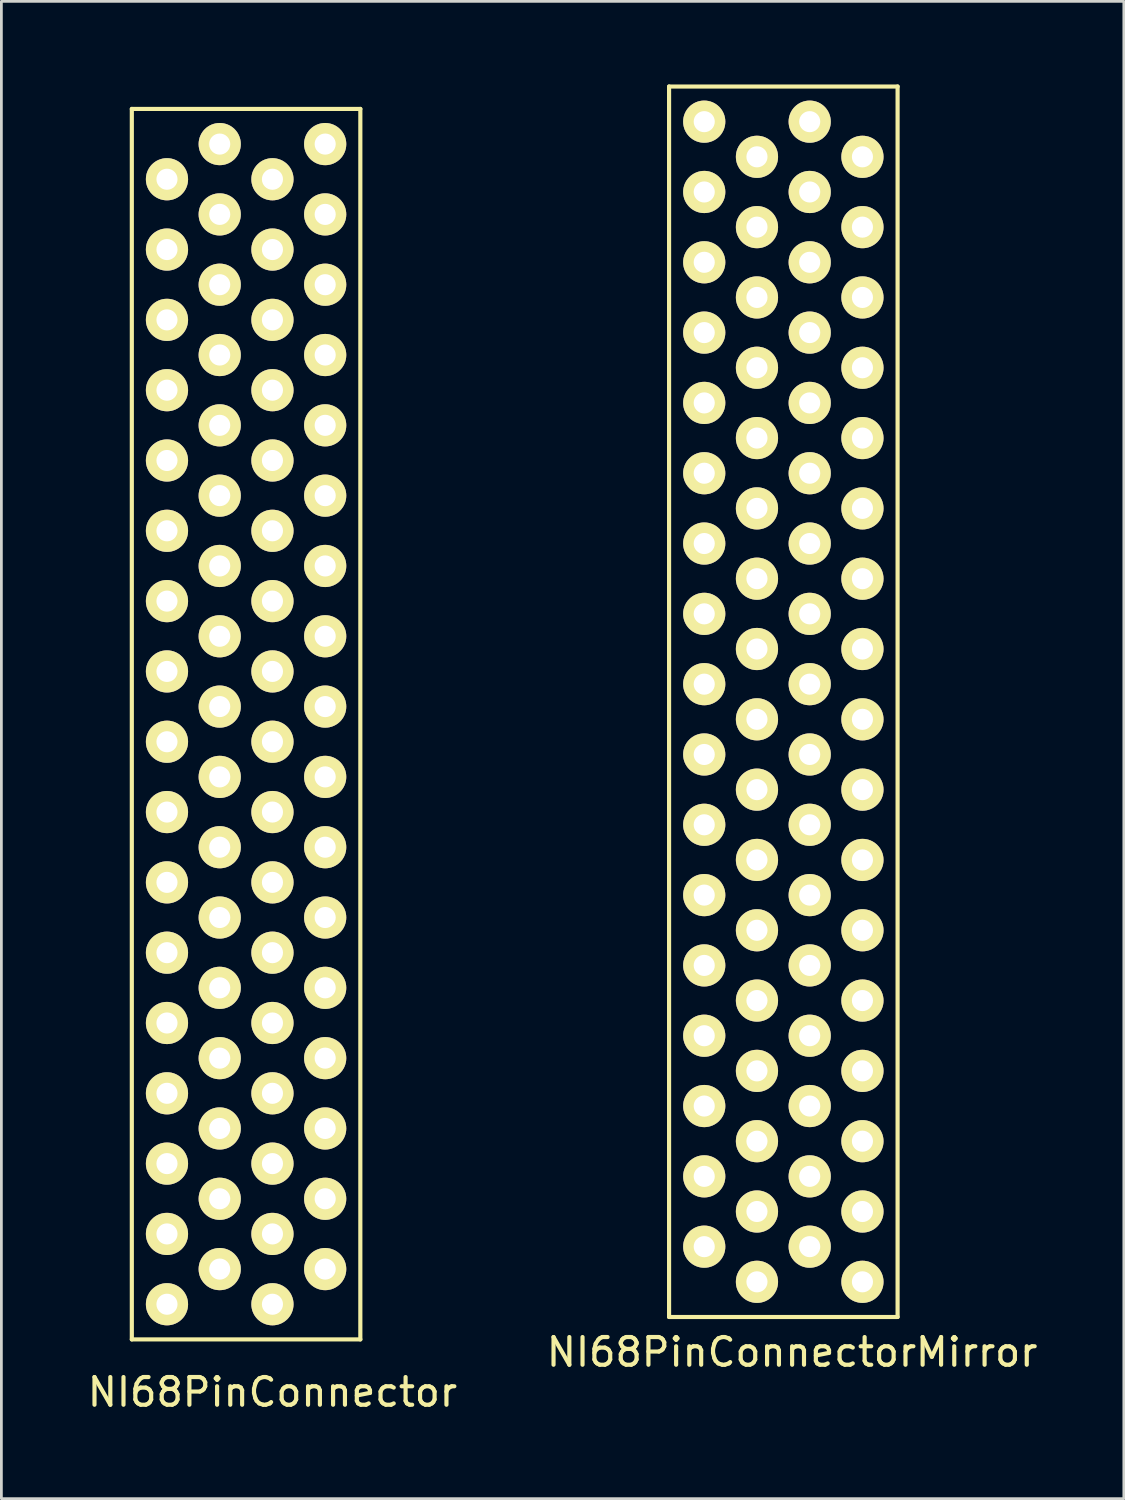
<source format=kicad_pcb>
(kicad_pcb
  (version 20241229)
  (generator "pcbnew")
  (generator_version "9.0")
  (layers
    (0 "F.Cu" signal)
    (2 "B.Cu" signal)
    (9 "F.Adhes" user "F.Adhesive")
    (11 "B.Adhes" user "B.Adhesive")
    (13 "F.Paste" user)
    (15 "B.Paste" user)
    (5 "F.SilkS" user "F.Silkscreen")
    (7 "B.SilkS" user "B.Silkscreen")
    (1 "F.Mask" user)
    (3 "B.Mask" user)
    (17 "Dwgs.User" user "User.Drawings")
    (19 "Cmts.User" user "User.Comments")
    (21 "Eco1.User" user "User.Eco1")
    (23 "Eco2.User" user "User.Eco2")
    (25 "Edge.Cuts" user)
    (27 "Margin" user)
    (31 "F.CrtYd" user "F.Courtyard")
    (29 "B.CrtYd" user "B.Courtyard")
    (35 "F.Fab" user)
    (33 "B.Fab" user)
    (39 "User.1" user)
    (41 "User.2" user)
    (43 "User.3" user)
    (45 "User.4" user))
  (footprint "NI68PinConnectorMirror"
    (layer "F.Cu")
    (at 22.39 0.71)
    (property "Reference" "NI68PinConnectorMirror" (at 3.175 45.085 0) (layer "F.SilkS") (effects (font (size 1 1) (thickness 0.15))))
    (attr through_hole)
    (fp_line (start -1.27 -0.635) (end 6.985 -0.635) (stroke (width 0.15) (type solid)) (layer "F.SilkS"))
    (fp_line (start -1.27 43.815) (end -1.27 -0.635) (stroke (width 0.15) (type solid)) (layer "F.SilkS"))
    (fp_line (start 6.985 -0.635) (end 6.985 43.815) (stroke (width 0.15) (type solid)) (layer "F.SilkS"))
    (fp_line (start 6.985 43.815) (end -1.27 43.815) (stroke (width 0.15) (type solid)) (layer "F.SilkS"))
    (pad "1" thru_hole circle (at 0 0.635) (size 1.524 1.524) (drill 0.762) (layers "*.Cu" "*.Mask" "F.SilkS"))
    (pad "2" thru_hole circle (at 1.905 1.905) (size 1.524 1.524) (drill 0.762) (layers "*.Cu" "*.Mask" "F.SilkS"))
    (pad "3" thru_hole circle (at 0 3.175) (size 1.524 1.524) (drill 0.762) (layers "*.Cu" "*.Mask" "F.SilkS"))
    (pad "4" thru_hole circle (at 1.905 4.445) (size 1.524 1.524) (drill 0.762) (layers "*.Cu" "*.Mask" "F.SilkS"))
    (pad "5" thru_hole circle (at 0 5.715) (size 1.524 1.524) (drill 0.762) (layers "*.Cu" "*.Mask" "F.SilkS"))
    (pad "6" thru_hole circle (at 1.905 6.985) (size 1.524 1.524) (drill 0.762) (layers "*.Cu" "*.Mask" "F.SilkS"))
    (pad "7" thru_hole circle (at 0 8.255) (size 1.524 1.524) (drill 0.762) (layers "*.Cu" "*.Mask" "F.SilkS"))
    (pad "8" thru_hole circle (at 1.905 9.525) (size 1.524 1.524) (drill 0.762) (layers "*.Cu" "*.Mask" "F.SilkS"))
    (pad "9" thru_hole circle (at 0 10.795) (size 1.524 1.524) (drill 0.762) (layers "*.Cu" "*.Mask" "F.SilkS"))
    (pad "10" thru_hole circle (at 1.905 12.065) (size 1.524 1.524) (drill 0.762) (layers "*.Cu" "*.Mask" "F.SilkS"))
    (pad "11" thru_hole circle (at 0 13.335) (size 1.524 1.524) (drill 0.762) (layers "*.Cu" "*.Mask" "F.SilkS"))
    (pad "12" thru_hole circle (at 1.905 14.605) (size 1.524 1.524) (drill 0.762) (layers "*.Cu" "*.Mask" "F.SilkS"))
    (pad "13" thru_hole circle (at 0 15.875) (size 1.524 1.524) (drill 0.762) (layers "*.Cu" "*.Mask" "F.SilkS"))
    (pad "14" thru_hole circle (at 1.905 17.145) (size 1.524 1.524) (drill 0.762) (layers "*.Cu" "*.Mask" "F.SilkS"))
    (pad "15" thru_hole circle (at 0 18.415) (size 1.524 1.524) (drill 0.762) (layers "*.Cu" "*.Mask" "F.SilkS"))
    (pad "16" thru_hole circle (at 1.905 19.685) (size 1.524 1.524) (drill 0.762) (layers "*.Cu" "*.Mask" "F.SilkS"))
    (pad "17" thru_hole circle (at 0 20.955) (size 1.524 1.524) (drill 0.762) (layers "*.Cu" "*.Mask" "F.SilkS"))
    (pad "18" thru_hole circle (at 1.905 22.225) (size 1.524 1.524) (drill 0.762) (layers "*.Cu" "*.Mask" "F.SilkS"))
    (pad "19" thru_hole circle (at 0 23.495) (size 1.524 1.524) (drill 0.762) (layers "*.Cu" "*.Mask" "F.SilkS"))
    (pad "20" thru_hole circle (at 1.905 24.765) (size 1.524 1.524) (drill 0.762) (layers "*.Cu" "*.Mask" "F.SilkS"))
    (pad "21" thru_hole circle (at 0 26.035) (size 1.524 1.524) (drill 0.762) (layers "*.Cu" "*.Mask" "F.SilkS"))
    (pad "22" thru_hole circle (at 1.905 27.305) (size 1.524 1.524) (drill 0.762) (layers "*.Cu" "*.Mask" "F.SilkS"))
    (pad "23" thru_hole circle (at 0 28.575) (size 1.524 1.524) (drill 0.762) (layers "*.Cu" "*.Mask" "F.SilkS"))
    (pad "24" thru_hole circle (at 1.905 29.845) (size 1.524 1.524) (drill 0.762) (layers "*.Cu" "*.Mask" "F.SilkS"))
    (pad "25" thru_hole circle (at 0 31.115) (size 1.524 1.524) (drill 0.762) (layers "*.Cu" "*.Mask" "F.SilkS"))
    (pad "26" thru_hole circle (at 1.905 32.385) (size 1.524 1.524) (drill 0.762) (layers "*.Cu" "*.Mask" "F.SilkS"))
    (pad "27" thru_hole circle (at 0 33.655) (size 1.524 1.524) (drill 0.762) (layers "*.Cu" "*.Mask" "F.SilkS"))
    (pad "28" thru_hole circle (at 1.905 34.925) (size 1.524 1.524) (drill 0.762) (layers "*.Cu" "*.Mask" "F.SilkS"))
    (pad "29" thru_hole circle (at 0 36.195) (size 1.524 1.524) (drill 0.762) (layers "*.Cu" "*.Mask" "F.SilkS"))
    (pad "30" thru_hole circle (at 1.905 37.465) (size 1.524 1.524) (drill 0.762) (layers "*.Cu" "*.Mask" "F.SilkS"))
    (pad "31" thru_hole circle (at 0 38.735) (size 1.524 1.524) (drill 0.762) (layers "*.Cu" "*.Mask" "F.SilkS"))
    (pad "32" thru_hole circle (at 1.905 40.005) (size 1.524 1.524) (drill 0.762) (layers "*.Cu" "*.Mask" "F.SilkS"))
    (pad "33" thru_hole circle (at 0 41.275) (size 1.524 1.524) (drill 0.762) (layers "*.Cu" "*.Mask" "F.SilkS"))
    (pad "34" thru_hole circle (at 1.905 42.545) (size 1.524 1.524) (drill 0.762) (layers "*.Cu" "*.Mask" "F.SilkS"))
    (pad "35" thru_hole circle (at 3.81 0.635) (size 1.524 1.524) (drill 0.762) (layers "*.Cu" "*.Mask" "F.SilkS"))
    (pad "36" thru_hole circle (at 5.715 1.905) (size 1.524 1.524) (drill 0.762) (layers "*.Cu" "*.Mask" "F.SilkS"))
    (pad "37" thru_hole circle (at 3.81 3.175) (size 1.524 1.524) (drill 0.762) (layers "*.Cu" "*.Mask" "F.SilkS"))
    (pad "38" thru_hole circle (at 5.715 4.445) (size 1.524 1.524) (drill 0.762) (layers "*.Cu" "*.Mask" "F.SilkS"))
    (pad "39" thru_hole circle (at 3.81 5.715) (size 1.524 1.524) (drill 0.762) (layers "*.Cu" "*.Mask" "F.SilkS"))
    (pad "40" thru_hole circle (at 5.715 6.985) (size 1.524 1.524) (drill 0.762) (layers "*.Cu" "*.Mask" "F.SilkS"))
    (pad "41" thru_hole circle (at 3.81 8.255) (size 1.524 1.524) (drill 0.762) (layers "*.Cu" "*.Mask" "F.SilkS"))
    (pad "42" thru_hole circle (at 5.715 9.525) (size 1.524 1.524) (drill 0.762) (layers "*.Cu" "*.Mask" "F.SilkS"))
    (pad "43" thru_hole circle (at 3.81 10.795) (size 1.524 1.524) (drill 0.762) (layers "*.Cu" "*.Mask" "F.SilkS"))
    (pad "44" thru_hole circle (at 5.715 12.065) (size 1.524 1.524) (drill 0.762) (layers "*.Cu" "*.Mask" "F.SilkS"))
    (pad "45" thru_hole circle (at 3.81 13.335) (size 1.524 1.524) (drill 0.762) (layers "*.Cu" "*.Mask" "F.SilkS"))
    (pad "46" thru_hole circle (at 5.715 14.605) (size 1.524 1.524) (drill 0.762) (layers "*.Cu" "*.Mask" "F.SilkS"))
    (pad "47" thru_hole circle (at 3.81 15.875) (size 1.524 1.524) (drill 0.762) (layers "*.Cu" "*.Mask" "F.SilkS"))
    (pad "48" thru_hole circle (at 5.715 17.145) (size 1.524 1.524) (drill 0.762) (layers "*.Cu" "*.Mask" "F.SilkS"))
    (pad "49" thru_hole circle (at 3.81 18.415) (size 1.524 1.524) (drill 0.762) (layers "*.Cu" "*.Mask" "F.SilkS"))
    (pad "50" thru_hole circle (at 5.715 19.685) (size 1.524 1.524) (drill 0.762) (layers "*.Cu" "*.Mask" "F.SilkS"))
    (pad "51" thru_hole circle (at 3.81 20.955) (size 1.524 1.524) (drill 0.762) (layers "*.Cu" "*.Mask" "F.SilkS"))
    (pad "52" thru_hole circle (at 5.715 22.225) (size 1.524 1.524) (drill 0.762) (layers "*.Cu" "*.Mask" "F.SilkS"))
    (pad "53" thru_hole circle (at 3.81 23.495) (size 1.524 1.524) (drill 0.762) (layers "*.Cu" "*.Mask" "F.SilkS"))
    (pad "54" thru_hole circle (at 5.715 24.765) (size 1.524 1.524) (drill 0.762) (layers "*.Cu" "*.Mask" "F.SilkS"))
    (pad "55" thru_hole circle (at 3.81 26.035) (size 1.524 1.524) (drill 0.762) (layers "*.Cu" "*.Mask" "F.SilkS"))
    (pad "56" thru_hole circle (at 5.715 27.305) (size 1.524 1.524) (drill 0.762) (layers "*.Cu" "*.Mask" "F.SilkS"))
    (pad "57" thru_hole circle (at 3.81 28.575) (size 1.524 1.524) (drill 0.762) (layers "*.Cu" "*.Mask" "F.SilkS"))
    (pad "58" thru_hole circle (at 5.715 29.845) (size 1.524 1.524) (drill 0.762) (layers "*.Cu" "*.Mask" "F.SilkS"))
    (pad "59" thru_hole circle (at 3.81 31.115) (size 1.524 1.524) (drill 0.762) (layers "*.Cu" "*.Mask" "F.SilkS"))
    (pad "60" thru_hole circle (at 5.715 32.385) (size 1.524 1.524) (drill 0.762) (layers "*.Cu" "*.Mask" "F.SilkS"))
    (pad "61" thru_hole circle (at 3.81 33.655) (size 1.524 1.524) (drill 0.762) (layers "*.Cu" "*.Mask" "F.SilkS"))
    (pad "62" thru_hole circle (at 5.715 34.925) (size 1.524 1.524) (drill 0.762) (layers "*.Cu" "*.Mask" "F.SilkS"))
    (pad "63" thru_hole circle (at 3.81 36.195) (size 1.524 1.524) (drill 0.762) (layers "*.Cu" "*.Mask" "F.SilkS"))
    (pad "64" thru_hole circle (at 5.715 37.465) (size 1.524 1.524) (drill 0.762) (layers "*.Cu" "*.Mask" "F.SilkS"))
    (pad "65" thru_hole circle (at 3.81 38.735) (size 1.524 1.524) (drill 0.762) (layers "*.Cu" "*.Mask" "F.SilkS"))
    (pad "66" thru_hole circle (at 5.715 40.005) (size 1.524 1.524) (drill 0.762) (layers "*.Cu" "*.Mask" "F.SilkS"))
    (pad "67" thru_hole circle (at 3.81 41.275) (size 1.524 1.524) (drill 0.762) (layers "*.Cu" "*.Mask" "F.SilkS"))
    (pad "68" thru_hole circle (at 5.715 42.545) (size 1.524 1.524) (drill 0.762) (layers "*.Cu" "*.Mask" "F.SilkS")))
  (footprint "NI68PinConnector"
    (layer "F.Cu")
    (at 6.792 0.25)
    (property "Reference" "NI68PinConnector" (at 0 46.99 0) (layer "F.SilkS") (effects (font (size 1 1) (thickness 0.15))))
    (attr through_hole)
    (fp_line (start -5.08 0.635) (end 3.175 0.635) (stroke (width 0.15) (type solid)) (layer "F.SilkS"))
    (fp_line (start -5.08 45.085) (end -5.08 0.635) (stroke (width 0.15) (type solid)) (layer "F.SilkS"))
    (fp_line (start 3.175 0.635) (end 3.175 45.085) (stroke (width 0.15) (type solid)) (layer "F.SilkS"))
    (fp_line (start 3.175 45.085) (end -5.08 45.085) (stroke (width 0.15) (type solid)) (layer "F.SilkS"))
    (pad "1" thru_hole circle (at 1.905 1.905) (size 1.524 1.524) (drill 0.762) (layers "*.Cu" "*.Mask" "F.SilkS"))
    (pad "2" thru_hole circle (at 0 3.175) (size 1.524 1.524) (drill 0.762) (layers "*.Cu" "*.Mask" "F.SilkS"))
    (pad "3" thru_hole circle (at 1.905 4.445) (size 1.524 1.524) (drill 0.762) (layers "*.Cu" "*.Mask" "F.SilkS"))
    (pad "4" thru_hole circle (at 0 5.715) (size 1.524 1.524) (drill 0.762) (layers "*.Cu" "*.Mask" "F.SilkS"))
    (pad "5" thru_hole circle (at 1.905 6.985) (size 1.524 1.524) (drill 0.762) (layers "*.Cu" "*.Mask" "F.SilkS"))
    (pad "6" thru_hole circle (at 0 8.255) (size 1.524 1.524) (drill 0.762) (layers "*.Cu" "*.Mask" "F.SilkS"))
    (pad "7" thru_hole circle (at 1.905 9.525) (size 1.524 1.524) (drill 0.762) (layers "*.Cu" "*.Mask" "F.SilkS"))
    (pad "8" thru_hole circle (at 0 10.795) (size 1.524 1.524) (drill 0.762) (layers "*.Cu" "*.Mask" "F.SilkS"))
    (pad "9" thru_hole circle (at 1.905 12.065) (size 1.524 1.524) (drill 0.762) (layers "*.Cu" "*.Mask" "F.SilkS"))
    (pad "10" thru_hole circle (at 0 13.335) (size 1.524 1.524) (drill 0.762) (layers "*.Cu" "*.Mask" "F.SilkS"))
    (pad "11" thru_hole circle (at 1.905 14.605) (size 1.524 1.524) (drill 0.762) (layers "*.Cu" "*.Mask" "F.SilkS"))
    (pad "12" thru_hole circle (at 0 15.875) (size 1.524 1.524) (drill 0.762) (layers "*.Cu" "*.Mask" "F.SilkS"))
    (pad "13" thru_hole circle (at 1.905 17.145) (size 1.524 1.524) (drill 0.762) (layers "*.Cu" "*.Mask" "F.SilkS"))
    (pad "14" thru_hole circle (at 0 18.415) (size 1.524 1.524) (drill 0.762) (layers "*.Cu" "*.Mask" "F.SilkS"))
    (pad "15" thru_hole circle (at 1.905 19.685) (size 1.524 1.524) (drill 0.762) (layers "*.Cu" "*.Mask" "F.SilkS"))
    (pad "16" thru_hole circle (at 0 20.955) (size 1.524 1.524) (drill 0.762) (layers "*.Cu" "*.Mask" "F.SilkS"))
    (pad "17" thru_hole circle (at 1.905 22.225) (size 1.524 1.524) (drill 0.762) (layers "*.Cu" "*.Mask" "F.SilkS"))
    (pad "18" thru_hole circle (at 0 23.495) (size 1.524 1.524) (drill 0.762) (layers "*.Cu" "*.Mask" "F.SilkS"))
    (pad "19" thru_hole circle (at 1.905 24.765) (size 1.524 1.524) (drill 0.762) (layers "*.Cu" "*.Mask" "F.SilkS"))
    (pad "20" thru_hole circle (at 0 26.035) (size 1.524 1.524) (drill 0.762) (layers "*.Cu" "*.Mask" "F.SilkS"))
    (pad "21" thru_hole circle (at 1.905 27.305) (size 1.524 1.524) (drill 0.762) (layers "*.Cu" "*.Mask" "F.SilkS"))
    (pad "22" thru_hole circle (at 0 28.575) (size 1.524 1.524) (drill 0.762) (layers "*.Cu" "*.Mask" "F.SilkS"))
    (pad "23" thru_hole circle (at 1.905 29.845) (size 1.524 1.524) (drill 0.762) (layers "*.Cu" "*.Mask" "F.SilkS"))
    (pad "24" thru_hole circle (at 0 31.115) (size 1.524 1.524) (drill 0.762) (layers "*.Cu" "*.Mask" "F.SilkS"))
    (pad "25" thru_hole circle (at 1.905 32.385) (size 1.524 1.524) (drill 0.762) (layers "*.Cu" "*.Mask" "F.SilkS"))
    (pad "26" thru_hole circle (at 0 33.655) (size 1.524 1.524) (drill 0.762) (layers "*.Cu" "*.Mask" "F.SilkS"))
    (pad "27" thru_hole circle (at 1.905 34.925) (size 1.524 1.524) (drill 0.762) (layers "*.Cu" "*.Mask" "F.SilkS"))
    (pad "28" thru_hole circle (at 0 36.195) (size 1.524 1.524) (drill 0.762) (layers "*.Cu" "*.Mask" "F.SilkS"))
    (pad "29" thru_hole circle (at 1.905 37.465) (size 1.524 1.524) (drill 0.762) (layers "*.Cu" "*.Mask" "F.SilkS"))
    (pad "30" thru_hole circle (at 0 38.735) (size 1.524 1.524) (drill 0.762) (layers "*.Cu" "*.Mask" "F.SilkS"))
    (pad "31" thru_hole circle (at 1.905 40.005) (size 1.524 1.524) (drill 0.762) (layers "*.Cu" "*.Mask" "F.SilkS"))
    (pad "32" thru_hole circle (at 0 41.275) (size 1.524 1.524) (drill 0.762) (layers "*.Cu" "*.Mask" "F.SilkS"))
    (pad "33" thru_hole circle (at 1.905 42.545) (size 1.524 1.524) (drill 0.762) (layers "*.Cu" "*.Mask" "F.SilkS"))
    (pad "34" thru_hole circle (at 0 43.815) (size 1.524 1.524) (drill 0.762) (layers "*.Cu" "*.Mask" "F.SilkS"))
    (pad "35" thru_hole circle (at -1.905 1.905) (size 1.524 1.524) (drill 0.762) (layers "*.Cu" "*.Mask" "F.SilkS"))
    (pad "36" thru_hole circle (at -3.81 3.175) (size 1.524 1.524) (drill 0.762) (layers "*.Cu" "*.Mask" "F.SilkS"))
    (pad "37" thru_hole circle (at -1.905 4.445) (size 1.524 1.524) (drill 0.762) (layers "*.Cu" "*.Mask" "F.SilkS"))
    (pad "38" thru_hole circle (at -3.81 5.715) (size 1.524 1.524) (drill 0.762) (layers "*.Cu" "*.Mask" "F.SilkS"))
    (pad "39" thru_hole circle (at -1.905 6.985) (size 1.524 1.524) (drill 0.762) (layers "*.Cu" "*.Mask" "F.SilkS"))
    (pad "40" thru_hole circle (at -3.81 8.255) (size 1.524 1.524) (drill 0.762) (layers "*.Cu" "*.Mask" "F.SilkS"))
    (pad "41" thru_hole circle (at -1.905 9.525) (size 1.524 1.524) (drill 0.762) (layers "*.Cu" "*.Mask" "F.SilkS"))
    (pad "42" thru_hole circle (at -3.81 10.795) (size 1.524 1.524) (drill 0.762) (layers "*.Cu" "*.Mask" "F.SilkS"))
    (pad "43" thru_hole circle (at -1.905 12.065) (size 1.524 1.524) (drill 0.762) (layers "*.Cu" "*.Mask" "F.SilkS"))
    (pad "44" thru_hole circle (at -3.81 13.335) (size 1.524 1.524) (drill 0.762) (layers "*.Cu" "*.Mask" "F.SilkS"))
    (pad "45" thru_hole circle (at -1.905 14.605) (size 1.524 1.524) (drill 0.762) (layers "*.Cu" "*.Mask" "F.SilkS"))
    (pad "46" thru_hole circle (at -3.81 15.875) (size 1.524 1.524) (drill 0.762) (layers "*.Cu" "*.Mask" "F.SilkS"))
    (pad "47" thru_hole circle (at -1.905 17.145) (size 1.524 1.524) (drill 0.762) (layers "*.Cu" "*.Mask" "F.SilkS"))
    (pad "48" thru_hole circle (at -3.81 18.415) (size 1.524 1.524) (drill 0.762) (layers "*.Cu" "*.Mask" "F.SilkS"))
    (pad "49" thru_hole circle (at -1.905 19.685) (size 1.524 1.524) (drill 0.762) (layers "*.Cu" "*.Mask" "F.SilkS"))
    (pad "50" thru_hole circle (at -3.81 20.955) (size 1.524 1.524) (drill 0.762) (layers "*.Cu" "*.Mask" "F.SilkS"))
    (pad "51" thru_hole circle (at -1.905 22.225) (size 1.524 1.524) (drill 0.762) (layers "*.Cu" "*.Mask" "F.SilkS"))
    (pad "52" thru_hole circle (at -3.81 23.495) (size 1.524 1.524) (drill 0.762) (layers "*.Cu" "*.Mask" "F.SilkS"))
    (pad "53" thru_hole circle (at -1.905 24.765) (size 1.524 1.524) (drill 0.762) (layers "*.Cu" "*.Mask" "F.SilkS"))
    (pad "54" thru_hole circle (at -3.81 26.035) (size 1.524 1.524) (drill 0.762) (layers "*.Cu" "*.Mask" "F.SilkS"))
    (pad "55" thru_hole circle (at -1.905 27.305) (size 1.524 1.524) (drill 0.762) (layers "*.Cu" "*.Mask" "F.SilkS"))
    (pad "56" thru_hole circle (at -3.81 28.575) (size 1.524 1.524) (drill 0.762) (layers "*.Cu" "*.Mask" "F.SilkS"))
    (pad "57" thru_hole circle (at -1.905 29.845) (size 1.524 1.524) (drill 0.762) (layers "*.Cu" "*.Mask" "F.SilkS"))
    (pad "58" thru_hole circle (at -3.81 31.115) (size 1.524 1.524) (drill 0.762) (layers "*.Cu" "*.Mask" "F.SilkS"))
    (pad "59" thru_hole circle (at -1.905 32.385) (size 1.524 1.524) (drill 0.762) (layers "*.Cu" "*.Mask" "F.SilkS"))
    (pad "60" thru_hole circle (at -3.81 33.655) (size 1.524 1.524) (drill 0.762) (layers "*.Cu" "*.Mask" "F.SilkS"))
    (pad "61" thru_hole circle (at -1.905 34.925) (size 1.524 1.524) (drill 0.762) (layers "*.Cu" "*.Mask" "F.SilkS"))
    (pad "62" thru_hole circle (at -3.81 36.195) (size 1.524 1.524) (drill 0.762) (layers "*.Cu" "*.Mask" "F.SilkS"))
    (pad "63" thru_hole circle (at -1.905 37.465) (size 1.524 1.524) (drill 0.762) (layers "*.Cu" "*.Mask" "F.SilkS"))
    (pad "64" thru_hole circle (at -3.81 38.735) (size 1.524 1.524) (drill 0.762) (layers "*.Cu" "*.Mask" "F.SilkS"))
    (pad "65" thru_hole circle (at -1.905 40.005) (size 1.524 1.524) (drill 0.762) (layers "*.Cu" "*.Mask" "F.SilkS"))
    (pad "66" thru_hole circle (at -3.81 41.275) (size 1.524 1.524) (drill 0.762) (layers "*.Cu" "*.Mask" "F.SilkS"))
    (pad "67" thru_hole circle (at -1.905 42.545) (size 1.524 1.524) (drill 0.762) (layers "*.Cu" "*.Mask" "F.SilkS"))
    (pad "68" thru_hole circle (at -3.81 43.815) (size 1.524 1.524) (drill 0.762) (layers "*.Cu" "*.Mask" "F.SilkS")))
  (gr_rect
    (start -3 -3)
    (end 37.548 51.088)
    (stroke (width 0.1) (type default))
    (fill no)
    (layer "Edge.Cuts")))
</source>
